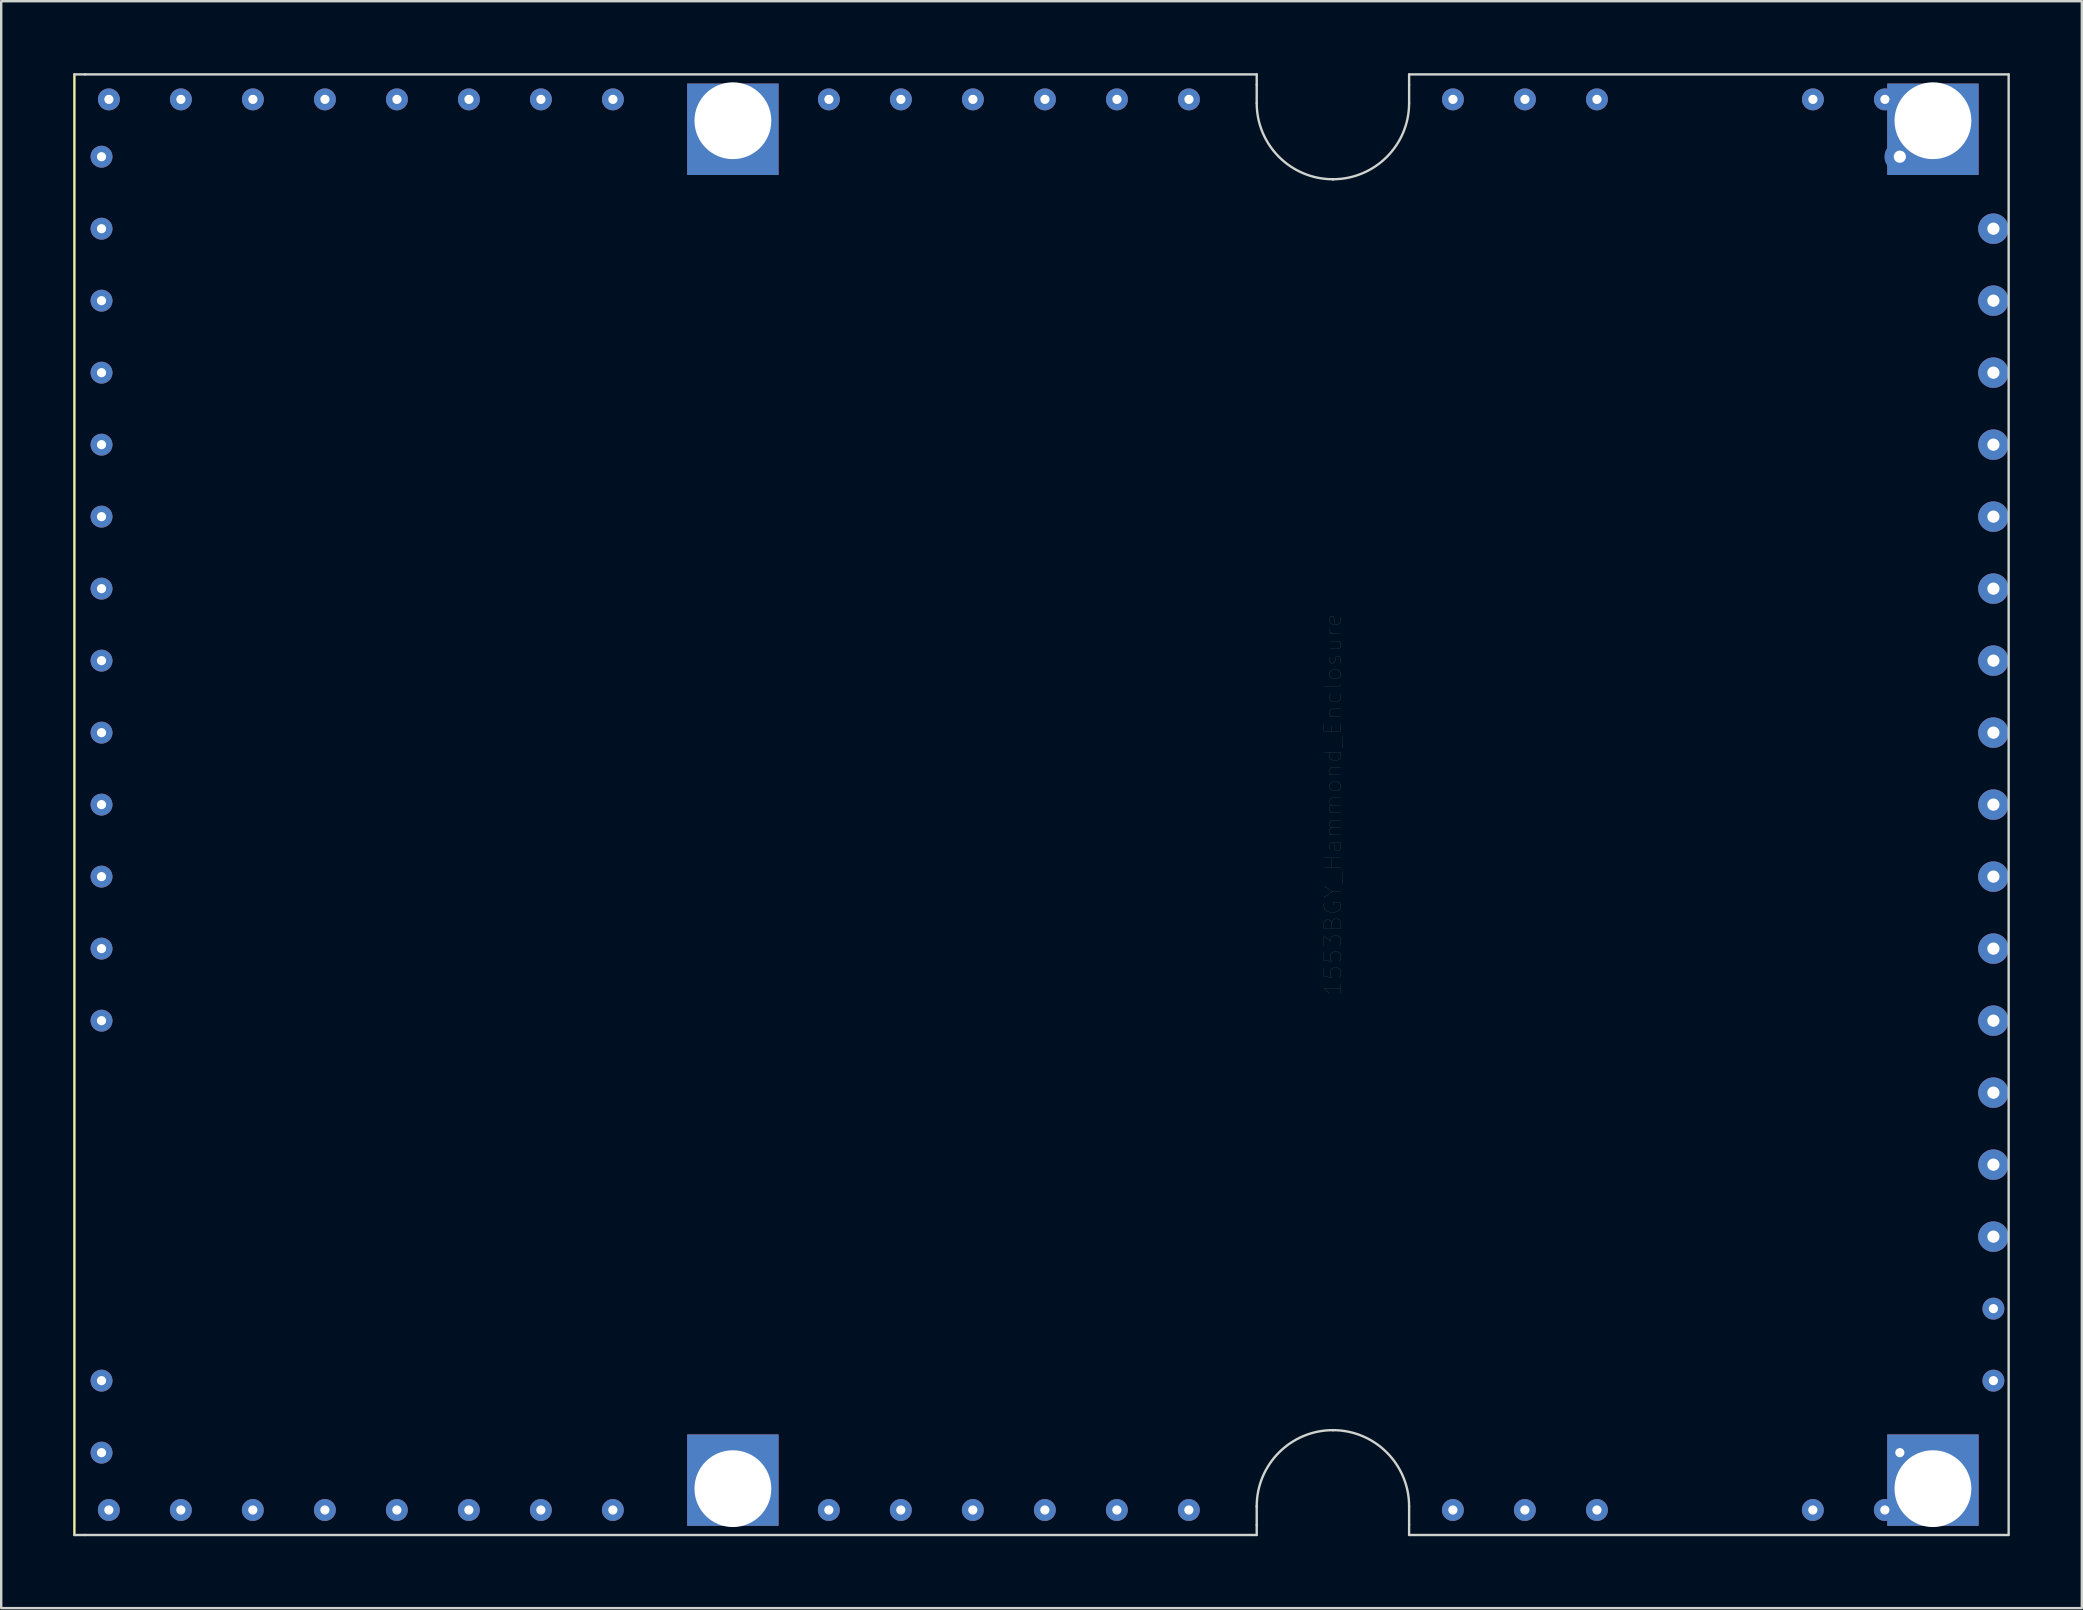
<source format=kicad_pcb>
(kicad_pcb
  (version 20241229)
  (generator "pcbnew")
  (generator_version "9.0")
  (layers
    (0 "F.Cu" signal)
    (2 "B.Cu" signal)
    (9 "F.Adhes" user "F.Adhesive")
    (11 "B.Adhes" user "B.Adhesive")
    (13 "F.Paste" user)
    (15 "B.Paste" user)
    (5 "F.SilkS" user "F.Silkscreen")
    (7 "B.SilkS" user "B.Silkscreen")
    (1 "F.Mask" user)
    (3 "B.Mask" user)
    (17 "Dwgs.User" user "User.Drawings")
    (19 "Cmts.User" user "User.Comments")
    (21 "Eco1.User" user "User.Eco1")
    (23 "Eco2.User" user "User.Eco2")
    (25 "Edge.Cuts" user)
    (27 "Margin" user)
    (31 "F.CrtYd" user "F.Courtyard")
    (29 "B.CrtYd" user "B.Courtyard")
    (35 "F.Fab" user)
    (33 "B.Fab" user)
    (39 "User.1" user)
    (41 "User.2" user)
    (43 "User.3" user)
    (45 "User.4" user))
  (footprint "1553BGY_Hammond_Enclosure"
    (layer "F.Cu")
    (at 52.488 30.479)
    (property "Reference" "1553BGY_Hammond_Enclosure" (at 0 0 90) (layer "F.SilkS") (effects (font (size 0.701 0.701) (thickness 0.003))))
    (attr through_hole)
    (fp_line (start -52.438 -30.429) (end -52.438 30.429) (stroke (width 0.099) (type solid)) (layer "F.SilkS"))
    (fp_line (start -52.438 30.429) (end -51.994 30.429) (stroke (width 0.099) (type solid)) (layer "Edge.Cuts"))
    (fp_line (start -51.994 -30.429) (end -52.438 -30.429) (stroke (width 0.099) (type solid)) (layer "Edge.Cuts"))
    (fp_line (start -51.994 -30.429) (end -3.175 -30.429) (stroke (width 0.099) (type solid)) (layer "Edge.Cuts"))
    (fp_line (start -3.175 -30.429) (end -3.175 -29.997) (stroke (width 0.099) (type solid)) (layer "Edge.Cuts"))
    (fp_line (start -3.175 -29.235) (end -3.175 -29.997) (stroke (width 0.099) (type solid)) (layer "Edge.Cuts"))
    (fp_line (start -3.175 29.235) (end -3.175 30.01) (stroke (width 0.099) (type solid)) (layer "Edge.Cuts"))
    (fp_line (start -3.175 30.01) (end -3.175 30.429) (stroke (width 0.099) (type solid)) (layer "Edge.Cuts"))
    (fp_line (start -3.175 30.429) (end -51.994 30.429) (stroke (width 0.099) (type solid)) (layer "Edge.Cuts"))
    (fp_line (start 0 26.06) (end 0.013 26.06) (stroke (width 0.099) (type solid)) (layer "Edge.Cuts"))
    (fp_line (start 0.013 -26.06) (end 0 -26.06) (stroke (width 0.099) (type solid)) (layer "Edge.Cuts"))
    (fp_line (start 3.175 -30.429) (end 28.156 -30.429) (stroke (width 0.099) (type solid)) (layer "Edge.Cuts"))
    (fp_line (start 3.175 -29.997) (end 3.175 -30.429) (stroke (width 0.099) (type solid)) (layer "Edge.Cuts"))
    (fp_line (start 3.175 -29.235) (end 3.175 -29.997) (stroke (width 0.099) (type solid)) (layer "Edge.Cuts"))
    (fp_line (start 3.175 29.235) (end 3.175 29.997) (stroke (width 0.099) (type solid)) (layer "Edge.Cuts"))
    (fp_line (start 3.175 30.429) (end 3.175 29.997) (stroke (width 0.099) (type solid)) (layer "Edge.Cuts"))
    (fp_line (start 28.143 30.429) (end 3.175 30.429) (stroke (width 0.099) (type solid)) (layer "Edge.Cuts"))
    (fp_line (start 28.156 -30.429) (end 28.156 30.429) (stroke (width 0.099) (type solid)) (layer "Edge.Cuts"))
    (fp_arc (start -3.175 29.2354) (mid -2.245064 26.990336) (end 0 26.0604) (stroke (width 0.09906) (type solid)) (layer "Edge.Cuts"))
    (fp_arc (start 0 -26.0604) (mid -2.245064 -26.990336) (end -3.175 -29.2354) (stroke (width 0.09906) (type solid)) (layer "Edge.Cuts"))
    (fp_arc (start 0 26.0604) (mid 2.245064 26.990336) (end 3.175 29.2354) (stroke (width 0.09906) (type solid)) (layer "Edge.Cuts"))
    (fp_arc (start 3.175 -29.2354) (mid 2.245064 -26.990336) (end 0 -26.0604) (stroke (width 0.09906) (type solid)) (layer "Edge.Cuts"))
    (pad "1" thru_hole circle (at -51.308 -27) (size 0.914 0.914) (drill 0.381) (layers "*.Cu" "*.Mask"))
    (pad "1" thru_hole circle (at -51.308 -24) (size 0.914 0.914) (drill 0.381) (layers "*.Cu" "*.Mask"))
    (pad "1" thru_hole circle (at -51.308 -21.001) (size 0.914 0.914) (drill 0.381) (layers "*.Cu" "*.Mask"))
    (pad "1" thru_hole circle (at -51.308 -18.001) (size 0.914 0.914) (drill 0.381) (layers "*.Cu" "*.Mask"))
    (pad "1" thru_hole circle (at -51.308 -15.001) (size 0.914 0.914) (drill 0.381) (layers "*.Cu" "*.Mask"))
    (pad "1" thru_hole circle (at -51.308 -12.002) (size 0.914 0.914) (drill 0.381) (layers "*.Cu" "*.Mask"))
    (pad "1" thru_hole circle (at -51.308 -9.002) (size 0.914 0.914) (drill 0.381) (layers "*.Cu" "*.Mask"))
    (pad "1" thru_hole circle (at -51.308 -6.002) (size 0.914 0.914) (drill 0.381) (layers "*.Cu" "*.Mask"))
    (pad "1" thru_hole circle (at -51.308 -3.002) (size 0.914 0.914) (drill 0.381) (layers "*.Cu" "*.Mask"))
    (pad "1" thru_hole circle (at -51.308 -0.003) (size 0.914 0.914) (drill 0.381) (layers "*.Cu" "*.Mask"))
    (pad "1" thru_hole circle (at -51.308 2.997) (size 0.914 0.914) (drill 0.381) (layers "*.Cu" "*.Mask"))
    (pad "1" thru_hole circle (at -51.308 5.997) (size 0.914 0.914) (drill 0.381) (layers "*.Cu" "*.Mask"))
    (pad "1" thru_hole circle (at -51.308 8.999) (size 0.914 0.914) (drill 0.381) (layers "*.Cu" "*.Mask"))
    (pad "1" thru_hole circle (at -51.308 23.998) (size 0.914 0.914) (drill 0.381) (layers "*.Cu" "*.Mask"))
    (pad "1" thru_hole circle (at -51.308 26.998) (size 0.914 0.914) (drill 0.381) (layers "*.Cu" "*.Mask"))
    (pad "1" thru_hole circle (at -51.003 29.388) (size 0.914 0.914) (drill 0.381) (layers "*.Cu" "*.Mask"))
    (pad "1" thru_hole circle (at -51.001 -29.388) (size 0.914 0.914) (drill 0.381) (layers "*.Cu" "*.Mask"))
    (pad "1" thru_hole circle (at -48.003 29.388) (size 0.914 0.914) (drill 0.381) (layers "*.Cu" "*.Mask"))
    (pad "1" thru_hole circle (at -48.001 -29.388) (size 0.914 0.914) (drill 0.381) (layers "*.Cu" "*.Mask"))
    (pad "1" thru_hole circle (at -45.004 29.388) (size 0.914 0.914) (drill 0.381) (layers "*.Cu" "*.Mask"))
    (pad "1" thru_hole circle (at -45.001 -29.388) (size 0.914 0.914) (drill 0.381) (layers "*.Cu" "*.Mask"))
    (pad "1" thru_hole circle (at -42.001 29.388) (size 0.914 0.914) (drill 0.381) (layers "*.Cu" "*.Mask"))
    (pad "1" thru_hole circle (at -41.999 -29.388) (size 0.914 0.914) (drill 0.381) (layers "*.Cu" "*.Mask"))
    (pad "1" thru_hole circle (at -39.002 29.388) (size 0.914 0.914) (drill 0.381) (layers "*.Cu" "*.Mask"))
    (pad "1" thru_hole circle (at -38.999 -29.388) (size 0.914 0.914) (drill 0.381) (layers "*.Cu" "*.Mask"))
    (pad "1" thru_hole circle (at -36.002 29.388) (size 0.914 0.914) (drill 0.381) (layers "*.Cu" "*.Mask"))
    (pad "1" thru_hole circle (at -35.999 -29.388) (size 0.914 0.914) (drill 0.381) (layers "*.Cu" "*.Mask"))
    (pad "1" thru_hole circle (at -33.002 29.388) (size 0.914 0.914) (drill 0.381) (layers "*.Cu" "*.Mask"))
    (pad "1" thru_hole circle (at -33 -29.388) (size 0.914 0.914) (drill 0.381) (layers "*.Cu" "*.Mask"))
    (pad "1" thru_hole circle (at -30.002 29.388) (size 0.914 0.914) (drill 0.381) (layers "*.Cu" "*.Mask"))
    (pad "1" thru_hole circle (at -30 -29.388) (size 0.914 0.914) (drill 0.381) (layers "*.Cu" "*.Mask"))
    (pad "1" thru_hole rect (at -25.001 -28.499) (size 3.81 3.81) (drill 3.2 (offset 0 0.356)) (layers "*.Cu" "*.Mask"))
    (pad "1" thru_hole rect (at -25.001 28.499) (size 3.81 3.81) (drill 3.2 (offset 0 -0.356)) (layers "*.Cu" "*.Mask"))
    (pad "1" thru_hole circle (at -21.003 29.388) (size 0.914 0.914) (drill 0.381) (layers "*.Cu" "*.Mask"))
    (pad "1" thru_hole circle (at -21.001 -29.388) (size 0.914 0.914) (drill 0.381) (layers "*.Cu" "*.Mask"))
    (pad "1" thru_hole circle (at -18.004 29.388) (size 0.914 0.914) (drill 0.381) (layers "*.Cu" "*.Mask"))
    (pad "1" thru_hole circle (at -18.001 -29.388) (size 0.914 0.914) (drill 0.381) (layers "*.Cu" "*.Mask"))
    (pad "1" thru_hole circle (at -15.004 29.388) (size 0.914 0.914) (drill 0.381) (layers "*.Cu" "*.Mask"))
    (pad "1" thru_hole circle (at -15.001 -29.388) (size 0.914 0.914) (drill 0.381) (layers "*.Cu" "*.Mask"))
    (pad "1" thru_hole circle (at -12.002 29.388) (size 0.914 0.914) (drill 0.381) (layers "*.Cu" "*.Mask"))
    (pad "1" thru_hole circle (at -11.999 -29.388) (size 0.914 0.914) (drill 0.381) (layers "*.Cu" "*.Mask"))
    (pad "1" thru_hole circle (at -9.002 29.388) (size 0.914 0.914) (drill 0.381) (layers "*.Cu" "*.Mask"))
    (pad "1" thru_hole circle (at -8.999 -29.388) (size 0.914 0.914) (drill 0.381) (layers "*.Cu" "*.Mask"))
    (pad "1" thru_hole circle (at -6.002 29.388) (size 0.914 0.914) (drill 0.381) (layers "*.Cu" "*.Mask"))
    (pad "1" thru_hole circle (at -5.999 -29.388) (size 0.914 0.914) (drill 0.381) (layers "*.Cu" "*.Mask"))
    (pad "1" thru_hole circle (at 4.999 29.388) (size 0.914 0.914) (drill 0.381) (layers "*.Cu" "*.Mask"))
    (pad "1" thru_hole circle (at 5.001 -29.388) (size 0.914 0.914) (drill 0.381) (layers "*.Cu" "*.Mask"))
    (pad "1" thru_hole circle (at 7.998 29.388) (size 0.914 0.914) (drill 0.381) (layers "*.Cu" "*.Mask"))
    (pad "1" thru_hole circle (at 8.001 -29.388) (size 0.914 0.914) (drill 0.381) (layers "*.Cu" "*.Mask"))
    (pad "1" thru_hole circle (at 11.001 -29.388) (size 0.914 0.914) (drill 0.381) (layers "*.Cu" "*.Mask"))
    (pad "1" thru_hole circle (at 11.001 29.388) (size 0.914 0.914) (drill 0.381) (layers "*.Cu" "*.Mask"))
    (pad "1" thru_hole circle (at 19.997 29.388) (size 0.914 0.914) (drill 0.381) (layers "*.Cu" "*.Mask"))
    (pad "1" thru_hole circle (at 20 -29.388) (size 0.914 0.914) (drill 0.381) (layers "*.Cu" "*.Mask"))
    (pad "1" thru_hole circle (at 22.997 29.388) (size 0.914 0.914) (drill 0.381) (layers "*.Cu" "*.Mask"))
    (pad "1" thru_hole circle (at 23 -29.388) (size 0.914 0.914) (drill 0.381) (layers "*.Cu" "*.Mask"))
    (pad "1" thru_hole circle (at 23.622 -27) (size 1.27 1.27) (drill 0.508) (layers "*.Cu" "B.Mask"))
    (pad "1" thru_hole circle (at 23.622 26.998) (size 0.914 0.914) (drill 0.381) (layers "*.Cu" "*.Mask"))
    (pad "1" thru_hole rect (at 25.001 -28.499) (size 3.81 3.81) (drill 3.2 (offset 0 0.356)) (layers "*.Cu" "*.Mask"))
    (pad "1" thru_hole rect (at 25.001 28.499) (size 3.81 3.81) (drill 3.2 (offset 0 -0.356)) (layers "*.Cu" "*.Mask"))
    (pad "1" thru_hole circle (at 27.521 -24) (size 1.27 1.27) (drill 0.508) (layers "*.Cu" "B.Mask"))
    (pad "1" thru_hole circle (at 27.521 -21.001) (size 1.27 1.27) (drill 0.508) (layers "*.Cu" "B.Mask"))
    (pad "1" thru_hole circle (at 27.521 -18.001) (size 1.27 1.27) (drill 0.508) (layers "*.Cu" "B.Mask"))
    (pad "1" thru_hole circle (at 27.521 -15.001) (size 1.27 1.27) (drill 0.508) (layers "*.Cu" "B.Mask"))
    (pad "1" thru_hole circle (at 27.521 -12.002) (size 1.27 1.27) (drill 0.508) (layers "*.Cu" "B.Mask"))
    (pad "1" thru_hole circle (at 27.521 -9.002) (size 1.27 1.27) (drill 0.508) (layers "*.Cu" "B.Mask"))
    (pad "1" thru_hole circle (at 27.521 -6.002) (size 1.27 1.27) (drill 0.508) (layers "*.Cu" "B.Mask"))
    (pad "1" thru_hole circle (at 27.521 -3.002) (size 1.27 1.27) (drill 0.508) (layers "*.Cu" "B.Mask"))
    (pad "1" thru_hole circle (at 27.521 -0.003) (size 1.27 1.27) (drill 0.508) (layers "*.Cu" "B.Mask"))
    (pad "1" thru_hole circle (at 27.521 2.997) (size 1.27 1.27) (drill 0.508) (layers "*.Cu" "B.Mask"))
    (pad "1" thru_hole circle (at 27.521 5.997) (size 1.27 1.27) (drill 0.508) (layers "*.Cu" "B.Mask"))
    (pad "1" thru_hole circle (at 27.521 8.999) (size 1.27 1.27) (drill 0.508) (layers "*.Cu" "B.Mask"))
    (pad "1" thru_hole circle (at 27.521 11.999) (size 1.27 1.27) (drill 0.508) (layers "*.Cu" "B.Mask"))
    (pad "1" thru_hole circle (at 27.521 14.999) (size 1.27 1.27) (drill 0.508) (layers "*.Cu" "B.Mask"))
    (pad "1" thru_hole circle (at 27.521 17.998) (size 1.27 1.27) (drill 0.508) (layers "*.Cu" "B.Mask"))
    (pad "1" thru_hole circle (at 27.521 20.998) (size 0.914 0.914) (drill 0.381) (layers "*.Cu" "*.Mask"))
    (pad "1" thru_hole circle (at 27.521 23.998) (size 0.914 0.914) (drill 0.381) (layers "*.Cu" "*.Mask")))
  (gr_rect
    (start -3 -3)
    (end 83.693 63.957)
    (stroke (width 0.1) (type default))
    (fill no)
    (layer "Edge.Cuts")))
</source>
